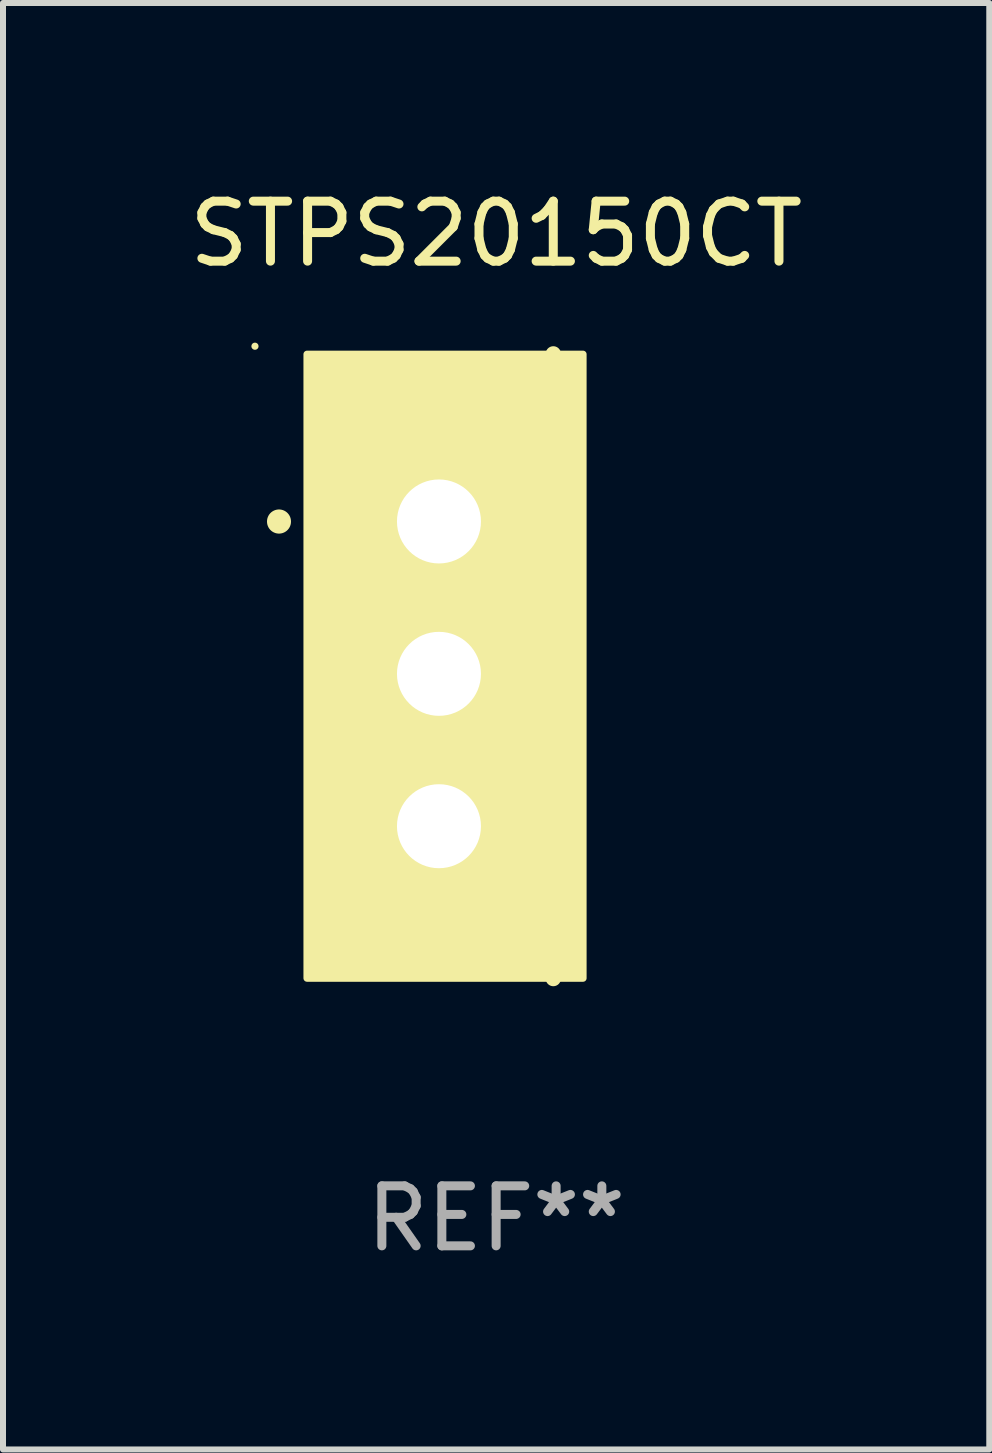
<source format=kicad_pcb>
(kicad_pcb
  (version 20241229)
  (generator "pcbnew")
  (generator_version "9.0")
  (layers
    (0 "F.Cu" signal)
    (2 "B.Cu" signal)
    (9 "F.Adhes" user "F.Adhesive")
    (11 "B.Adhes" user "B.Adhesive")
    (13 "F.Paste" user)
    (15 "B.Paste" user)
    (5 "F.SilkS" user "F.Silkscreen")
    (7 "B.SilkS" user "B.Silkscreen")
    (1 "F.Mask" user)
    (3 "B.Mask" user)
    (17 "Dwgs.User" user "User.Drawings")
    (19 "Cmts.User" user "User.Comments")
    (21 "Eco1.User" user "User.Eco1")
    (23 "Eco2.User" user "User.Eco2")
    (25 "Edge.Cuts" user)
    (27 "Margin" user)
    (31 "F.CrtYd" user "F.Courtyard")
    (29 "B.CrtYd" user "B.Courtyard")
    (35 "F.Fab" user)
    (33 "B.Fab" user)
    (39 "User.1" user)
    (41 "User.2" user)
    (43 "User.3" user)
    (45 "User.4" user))
  (footprint "STPS20150CT"
    (layer "F.Cu")
    (at 5.22 8.055)
    (property "Reference" "STPS20150CT" (at 0 -7.207 0) (layer "F.SilkS") (effects (font (size 1 1) (thickness 0.15))))
    (attr through_hole)
    (fp_line (start 0.953 5.207) (end 0.953 -5.207) (stroke (width 0.254) (type solid)) (layer "F.SilkS"))
    (fp_arc (start -3.619507 -2.410465) (mid -3.619511 -2.411735) (end -3.619507 -2.413005) (stroke (width 0.4) (type solid)) (layer "F.SilkS"))
    (fp_circle (center -4.02 -5.334) (end -3.99 -5.334) (stroke (width 0.06) (type solid)) (fill no) (layer "F.SilkS"))
    (fp_poly (pts (xy -3.152 -5.2) (xy 1.448 -5.2) (xy 1.448 5.2) (xy -3.152 5.2)) (stroke (width 0.12) (type solid)) (fill yes) (layer "F.SilkS"))
    (fp_text user "REF**" (at 0 9.207 0) (layer "F.Fab") (effects (font (size 1 1) (thickness 0.15))))
    (pad "1" thru_hole rect (at -0.953 -2.413 270) (size 2 2.5) (drill 1.4) (layers "*.Cu" "*.Mask"))
    (pad "2" thru_hole oval (at -0.953 0.127 270) (size 2 2.5) (drill 1.4) (layers "*.Cu" "*.Mask"))
    (pad "3" thru_hole oval (at -0.953 2.667 270) (size 2 2.5) (drill 1.4) (layers "*.Cu" "*.Mask")))
  (gr_rect
    (start -3 -3)
    (end 13.44 21.111)
    (stroke (width 0.1) (type default))
    (fill no)
    (layer "Edge.Cuts")))
</source>
